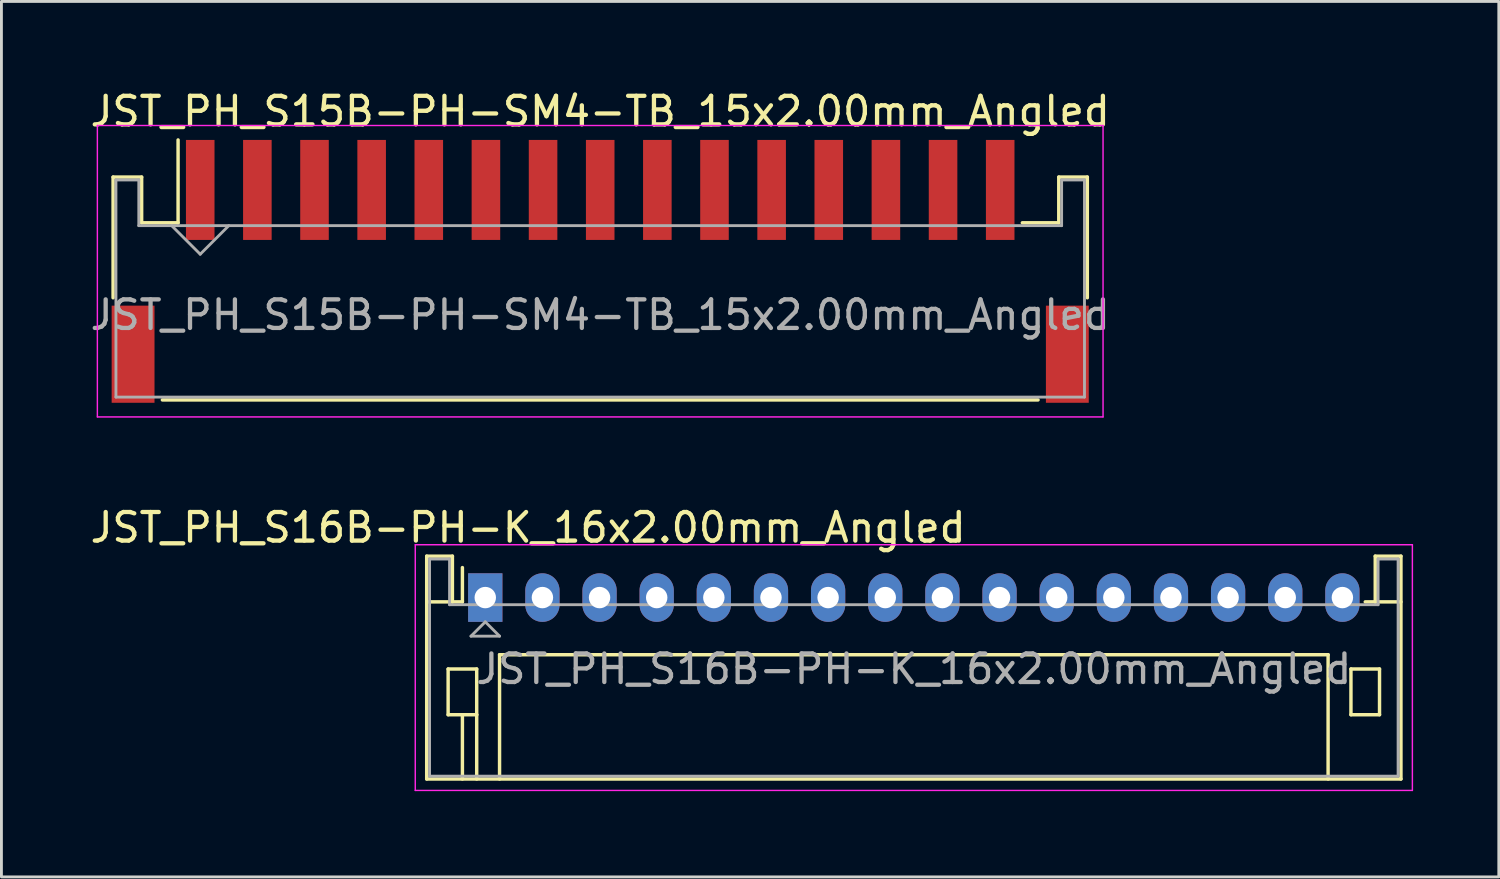
<source format=kicad_pcb>
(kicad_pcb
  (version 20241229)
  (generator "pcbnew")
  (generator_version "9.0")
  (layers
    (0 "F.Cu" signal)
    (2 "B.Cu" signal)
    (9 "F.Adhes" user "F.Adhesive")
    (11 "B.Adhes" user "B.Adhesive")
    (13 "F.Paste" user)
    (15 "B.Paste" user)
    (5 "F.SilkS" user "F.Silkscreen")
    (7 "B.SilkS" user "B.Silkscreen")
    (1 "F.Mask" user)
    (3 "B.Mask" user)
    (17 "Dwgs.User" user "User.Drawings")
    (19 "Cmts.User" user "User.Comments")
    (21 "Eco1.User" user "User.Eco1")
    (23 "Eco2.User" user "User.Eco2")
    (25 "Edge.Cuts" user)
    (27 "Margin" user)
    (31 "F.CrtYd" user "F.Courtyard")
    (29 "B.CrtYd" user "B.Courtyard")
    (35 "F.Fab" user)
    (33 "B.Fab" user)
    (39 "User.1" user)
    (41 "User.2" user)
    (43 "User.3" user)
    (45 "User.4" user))
  (footprint "JST_PH_S16B-PH-K_16x2.00mm_Angled"
    (layer "F.Cu")
    (at 13.935 17.866)
    (property "Reference" "JST_PH_S16B-PH-K_16x2.00mm_Angled" (at 1.5 -2.45 0) (layer "F.SilkS") (effects (font (size 1 1) (thickness 0.15))))
    (attr through_hole)
    (fp_line (start -2.05 -1.45) (end -2.05 6.35) (stroke (width 0.12) (type solid)) (layer "F.SilkS"))
    (fp_line (start -2.05 0.15) (end -1.15 0.15) (stroke (width 0.12) (type solid)) (layer "F.SilkS"))
    (fp_line (start -2.05 6.35) (end 32.05 6.35) (stroke (width 0.12) (type solid)) (layer "F.SilkS"))
    (fp_line (start -1.3 2.5) (end -1.3 4.1) (stroke (width 0.12) (type solid)) (layer "F.SilkS"))
    (fp_line (start -1.3 4.1) (end -0.3 4.1) (stroke (width 0.12) (type solid)) (layer "F.SilkS"))
    (fp_line (start -1.15 -1.45) (end -2.05 -1.45) (stroke (width 0.12) (type solid)) (layer "F.SilkS"))
    (fp_line (start -1.15 0.15) (end -1.15 -1.45) (stroke (width 0.12) (type solid)) (layer "F.SilkS"))
    (fp_line (start -0.8 0.15) (end -1.15 0.15) (stroke (width 0.12) (type solid)) (layer "F.SilkS"))
    (fp_line (start -0.8 0.15) (end -0.8 -1.05) (stroke (width 0.12) (type solid)) (layer "F.SilkS"))
    (fp_line (start -0.8 4.1) (end -0.8 6.35) (stroke (width 0.12) (type solid)) (layer "F.SilkS"))
    (fp_line (start -0.3 2.5) (end -1.3 2.5) (stroke (width 0.12) (type solid)) (layer "F.SilkS"))
    (fp_line (start -0.3 4.1) (end -0.3 2.5) (stroke (width 0.12) (type solid)) (layer "F.SilkS"))
    (fp_line (start -0.3 4.1) (end -0.3 6.35) (stroke (width 0.12) (type solid)) (layer "F.SilkS"))
    (fp_line (start 0.5 2) (end 29.5 2) (stroke (width 0.12) (type solid)) (layer "F.SilkS"))
    (fp_line (start 0.5 6.35) (end 0.5 2) (stroke (width 0.12) (type solid)) (layer "F.SilkS"))
    (fp_line (start 29.5 2) (end 29.5 6.35) (stroke (width 0.12) (type solid)) (layer "F.SilkS"))
    (fp_line (start 30.3 2.5) (end 31.3 2.5) (stroke (width 0.12) (type solid)) (layer "F.SilkS"))
    (fp_line (start 30.3 4.1) (end 30.3 2.5) (stroke (width 0.12) (type solid)) (layer "F.SilkS"))
    (fp_line (start 31.15 -1.45) (end 31.15 0.15) (stroke (width 0.12) (type solid)) (layer "F.SilkS"))
    (fp_line (start 31.15 0.15) (end 30.8 0.15) (stroke (width 0.12) (type solid)) (layer "F.SilkS"))
    (fp_line (start 31.3 2.5) (end 31.3 4.1) (stroke (width 0.12) (type solid)) (layer "F.SilkS"))
    (fp_line (start 31.3 4.1) (end 30.3 4.1) (stroke (width 0.12) (type solid)) (layer "F.SilkS"))
    (fp_line (start 32.05 -1.45) (end 31.15 -1.45) (stroke (width 0.12) (type solid)) (layer "F.SilkS"))
    (fp_line (start 32.05 0.15) (end 31.15 0.15) (stroke (width 0.12) (type solid)) (layer "F.SilkS"))
    (fp_line (start 32.05 6.35) (end 32.05 -1.45) (stroke (width 0.12) (type solid)) (layer "F.SilkS"))
    (fp_line (start -2.45 -1.85) (end -2.45 6.75) (stroke (width 0.05) (type solid)) (layer "F.CrtYd"))
    (fp_line (start -2.45 6.75) (end 32.45 6.75) (stroke (width 0.05) (type solid)) (layer "F.CrtYd"))
    (fp_line (start 32.45 -1.85) (end -2.45 -1.85) (stroke (width 0.05) (type solid)) (layer "F.CrtYd"))
    (fp_line (start 32.45 6.75) (end 32.45 -1.85) (stroke (width 0.05) (type solid)) (layer "F.CrtYd"))
    (fp_line (start -1.95 -1.35) (end -1.95 6.25) (stroke (width 0.1) (type solid)) (layer "F.Fab"))
    (fp_line (start -1.95 6.25) (end 31.95 6.25) (stroke (width 0.1) (type solid)) (layer "F.Fab"))
    (fp_line (start -1.25 -1.35) (end -1.95 -1.35) (stroke (width 0.1) (type solid)) (layer "F.Fab"))
    (fp_line (start -1.25 0.25) (end -1.25 -1.35) (stroke (width 0.1) (type solid)) (layer "F.Fab"))
    (fp_line (start -0.5 1.35) (end 0.5 1.35) (stroke (width 0.1) (type solid)) (layer "F.Fab"))
    (fp_line (start 0 0.85) (end -0.5 1.35) (stroke (width 0.1) (type solid)) (layer "F.Fab"))
    (fp_line (start 0.5 1.35) (end 0 0.85) (stroke (width 0.1) (type solid)) (layer "F.Fab"))
    (fp_line (start 31.25 -1.35) (end 31.25 0.25) (stroke (width 0.1) (type solid)) (layer "F.Fab"))
    (fp_line (start 31.25 0.25) (end -1.25 0.25) (stroke (width 0.1) (type solid)) (layer "F.Fab"))
    (fp_line (start 31.95 -1.35) (end 31.25 -1.35) (stroke (width 0.1) (type solid)) (layer "F.Fab"))
    (fp_line (start 31.95 6.25) (end 31.95 -1.35) (stroke (width 0.1) (type solid)) (layer "F.Fab"))
    (fp_text user "${REFERENCE}" (at 15 2.5 0) (layer "F.Fab") (effects (font (size 1 1) (thickness 0.15))))
    (pad "1" thru_hole rect (at 0 0) (size 1.2 1.7) (drill 0.75) (layers "*.Cu" "*.Mask"))
    (pad "2" thru_hole oval (at 2 0) (size 1.2 1.7) (drill 0.75) (layers "*.Cu" "*.Mask"))
    (pad "3" thru_hole oval (at 4 0) (size 1.2 1.7) (drill 0.75) (layers "*.Cu" "*.Mask"))
    (pad "4" thru_hole oval (at 6 0) (size 1.2 1.7) (drill 0.75) (layers "*.Cu" "*.Mask"))
    (pad "5" thru_hole oval (at 8 0) (size 1.2 1.7) (drill 0.75) (layers "*.Cu" "*.Mask"))
    (pad "6" thru_hole oval (at 10 0) (size 1.2 1.7) (drill 0.75) (layers "*.Cu" "*.Mask"))
    (pad "7" thru_hole oval (at 12 0) (size 1.2 1.7) (drill 0.75) (layers "*.Cu" "*.Mask"))
    (pad "8" thru_hole oval (at 14 0) (size 1.2 1.7) (drill 0.75) (layers "*.Cu" "*.Mask"))
    (pad "9" thru_hole oval (at 16 0) (size 1.2 1.7) (drill 0.75) (layers "*.Cu" "*.Mask"))
    (pad "10" thru_hole oval (at 18 0) (size 1.2 1.7) (drill 0.75) (layers "*.Cu" "*.Mask"))
    (pad "11" thru_hole oval (at 20 0) (size 1.2 1.7) (drill 0.75) (layers "*.Cu" "*.Mask"))
    (pad "12" thru_hole oval (at 22 0) (size 1.2 1.7) (drill 0.75) (layers "*.Cu" "*.Mask"))
    (pad "13" thru_hole oval (at 24 0) (size 1.2 1.7) (drill 0.75) (layers "*.Cu" "*.Mask"))
    (pad "14" thru_hole oval (at 26 0) (size 1.2 1.7) (drill 0.75) (layers "*.Cu" "*.Mask"))
    (pad "15" thru_hole oval (at 28 0) (size 1.2 1.7) (drill 0.75) (layers "*.Cu" "*.Mask"))
    (pad "16" thru_hole oval (at 30 0) (size 1.2 1.7) (drill 0.75) (layers "*.Cu" "*.Mask")))
  (footprint "JST_PH_S15B-PH-SM4-TB_15x2.00mm_Angled"
    (layer "F.Cu")
    (at 17.958 6.473)
    (property "Reference" "JST_PH_S15B-PH-SM4-TB_15x2.00mm_Angled" (at 0 -5.625 0) (layer "F.SilkS") (effects (font (size 1 1) (thickness 0.15))))
    (attr smd)
    (fp_line (start -17.05 -3.325) (end -17.05 0.9) (stroke (width 0.12) (type solid)) (layer "F.SilkS"))
    (fp_line (start -16.05 -3.325) (end -17.05 -3.325) (stroke (width 0.12) (type solid)) (layer "F.SilkS"))
    (fp_line (start -16.05 -1.725) (end -16.05 -3.325) (stroke (width 0.12) (type solid)) (layer "F.SilkS"))
    (fp_line (start -15.325 4.475) (end 15.325 4.475) (stroke (width 0.12) (type solid)) (layer "F.SilkS"))
    (fp_line (start -14.775 -1.725) (end -16.05 -1.725) (stroke (width 0.12) (type solid)) (layer "F.SilkS"))
    (fp_line (start -14.775 -1.725) (end -14.775 -4.625) (stroke (width 0.12) (type solid)) (layer "F.SilkS"))
    (fp_line (start 16.05 -3.325) (end 16.05 -1.725) (stroke (width 0.12) (type solid)) (layer "F.SilkS"))
    (fp_line (start 16.05 -1.725) (end 14.775 -1.725) (stroke (width 0.12) (type solid)) (layer "F.SilkS"))
    (fp_line (start 17.05 -3.325) (end 16.05 -3.325) (stroke (width 0.12) (type solid)) (layer "F.SilkS"))
    (fp_line (start 17.05 0.9) (end 17.05 -3.325) (stroke (width 0.12) (type solid)) (layer "F.SilkS"))
    (fp_line (start -17.6 -5.13) (end -17.6 5.07) (stroke (width 0.05) (type solid)) (layer "F.CrtYd"))
    (fp_line (start -17.6 5.07) (end 17.6 5.07) (stroke (width 0.05) (type solid)) (layer "F.CrtYd"))
    (fp_line (start 17.6 -5.13) (end -17.6 -5.13) (stroke (width 0.05) (type solid)) (layer "F.CrtYd"))
    (fp_line (start 17.6 5.07) (end 17.6 -5.13) (stroke (width 0.05) (type solid)) (layer "F.CrtYd"))
    (fp_line (start -16.95 -3.225) (end -16.95 4.375) (stroke (width 0.1) (type solid)) (layer "F.Fab"))
    (fp_line (start -16.95 4.375) (end 16.95 4.375) (stroke (width 0.1) (type solid)) (layer "F.Fab"))
    (fp_line (start -16.15 -3.225) (end -16.95 -3.225) (stroke (width 0.1) (type solid)) (layer "F.Fab"))
    (fp_line (start -16.15 -1.625) (end -16.15 -3.225) (stroke (width 0.1) (type solid)) (layer "F.Fab"))
    (fp_line (start -15 -1.625) (end -14 -0.625) (stroke (width 0.1) (type solid)) (layer "F.Fab"))
    (fp_line (start -14 -0.625) (end -13 -1.625) (stroke (width 0.1) (type solid)) (layer "F.Fab"))
    (fp_line (start 16.15 -3.225) (end 16.15 -1.625) (stroke (width 0.1) (type solid)) (layer "F.Fab"))
    (fp_line (start 16.15 -1.625) (end -16.15 -1.625) (stroke (width 0.1) (type solid)) (layer "F.Fab"))
    (fp_line (start 16.95 -3.225) (end 16.15 -3.225) (stroke (width 0.1) (type solid)) (layer "F.Fab"))
    (fp_line (start 16.95 4.375) (end 16.95 -3.225) (stroke (width 0.1) (type solid)) (layer "F.Fab"))
    (fp_text user "${REFERENCE}" (at 0 1.5 0) (layer "F.Fab") (effects (font (size 1 1) (thickness 0.15))))
    (pad "" smd rect (at -16.35 2.875) (size 1.5 3.4) (layers "F.Cu" "F.Mask" "F.Paste"))
    (pad "" smd rect (at 16.35 2.875) (size 1.5 3.4) (layers "F.Cu" "F.Mask" "F.Paste"))
    (pad "1" smd rect (at -14 -2.875) (size 1 3.5) (layers "F.Cu" "F.Mask" "F.Paste"))
    (pad "2" smd rect (at -12 -2.875) (size 1 3.5) (layers "F.Cu" "F.Mask" "F.Paste"))
    (pad "3" smd rect (at -10 -2.875) (size 1 3.5) (layers "F.Cu" "F.Mask" "F.Paste"))
    (pad "4" smd rect (at -8 -2.875) (size 1 3.5) (layers "F.Cu" "F.Mask" "F.Paste"))
    (pad "5" smd rect (at -6 -2.875) (size 1 3.5) (layers "F.Cu" "F.Mask" "F.Paste"))
    (pad "6" smd rect (at -4 -2.875) (size 1 3.5) (layers "F.Cu" "F.Mask" "F.Paste"))
    (pad "7" smd rect (at -2 -2.875) (size 1 3.5) (layers "F.Cu" "F.Mask" "F.Paste"))
    (pad "8" smd rect (at 0 -2.875) (size 1 3.5) (layers "F.Cu" "F.Mask" "F.Paste"))
    (pad "9" smd rect (at 2 -2.875) (size 1 3.5) (layers "F.Cu" "F.Mask" "F.Paste"))
    (pad "10" smd rect (at 4 -2.875) (size 1 3.5) (layers "F.Cu" "F.Mask" "F.Paste"))
    (pad "11" smd rect (at 6 -2.875) (size 1 3.5) (layers "F.Cu" "F.Mask" "F.Paste"))
    (pad "12" smd rect (at 8 -2.875) (size 1 3.5) (layers "F.Cu" "F.Mask" "F.Paste"))
    (pad "13" smd rect (at 10 -2.875) (size 1 3.5) (layers "F.Cu" "F.Mask" "F.Paste"))
    (pad "14" smd rect (at 12 -2.875) (size 1 3.5) (layers "F.Cu" "F.Mask" "F.Paste"))
    (pad "15" smd rect (at 14 -2.875) (size 1 3.5) (layers "F.Cu" "F.Mask" "F.Paste")))
  (gr_rect
    (start -3 -3)
    (end 49.41 27.642)
    (stroke (width 0.1) (type default))
    (fill no)
    (layer "Edge.Cuts")))
</source>
